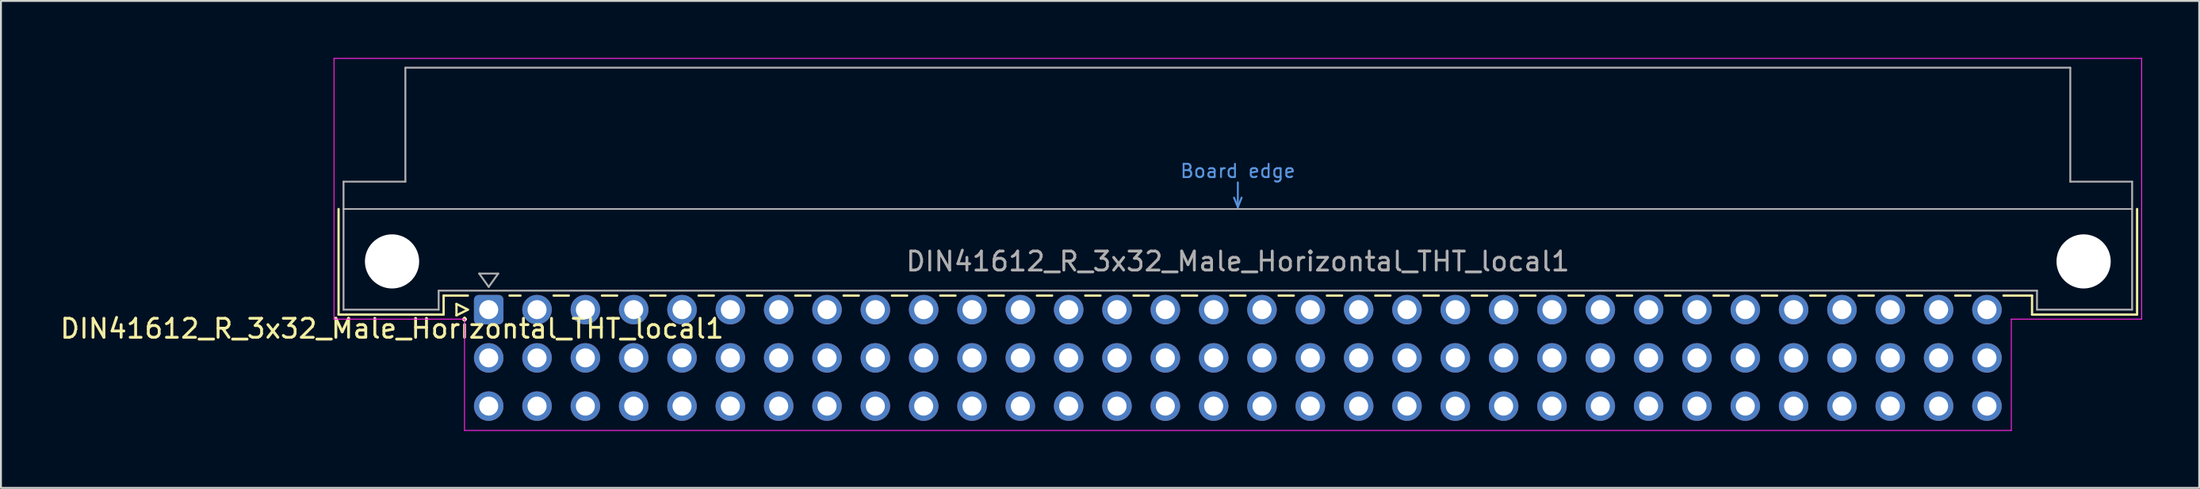
<source format=kicad_pcb>
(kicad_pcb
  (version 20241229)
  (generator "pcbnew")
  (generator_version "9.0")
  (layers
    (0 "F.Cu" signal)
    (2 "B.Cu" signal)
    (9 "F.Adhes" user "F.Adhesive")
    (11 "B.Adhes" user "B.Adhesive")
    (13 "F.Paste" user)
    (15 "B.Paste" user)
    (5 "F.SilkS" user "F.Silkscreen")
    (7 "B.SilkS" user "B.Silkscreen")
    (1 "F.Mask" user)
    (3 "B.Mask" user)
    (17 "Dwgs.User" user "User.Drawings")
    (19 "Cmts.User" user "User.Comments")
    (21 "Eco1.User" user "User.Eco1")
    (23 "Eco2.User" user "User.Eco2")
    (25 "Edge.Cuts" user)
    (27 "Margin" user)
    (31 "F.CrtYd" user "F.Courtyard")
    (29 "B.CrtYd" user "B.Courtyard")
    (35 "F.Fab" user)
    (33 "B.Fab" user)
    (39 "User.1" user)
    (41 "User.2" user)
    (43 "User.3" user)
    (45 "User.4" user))
  (footprint "DIN41612_R_3x32_Male_Horizontal_THT_local1"
    (layer "F.Cu")
    (at 22.634 13.255)
    (property "Reference" "DIN41612_R_3x32_Male_Horizontal_THT_local1" (at -5.08 1 0) (layer "F.SilkS") (effects (font (size 1 1) (thickness 0.15))))
    (attr through_hole)
    (fp_line (start -7.89 -5.3) (end -7.89 0.26) (stroke (width 0.12) (type solid)) (layer "F.SilkS"))
    (fp_line (start -7.89 0.26) (end -2.37 0.26) (stroke (width 0.12) (type solid)) (layer "F.SilkS"))
    (fp_line (start -2.371 -0.74) (end -1.095 -0.74) (stroke (width 0.12) (type solid)) (layer "F.SilkS"))
    (fp_line (start -2.37 0.26) (end -2.37 -0.74) (stroke (width 0.12) (type solid)) (layer "F.SilkS"))
    (fp_line (start -1.695 -0.3) (end -1.695 0.3) (stroke (width 0.12) (type solid)) (layer "F.SilkS"))
    (fp_line (start -1.695 0.3) (end -1.095 0) (stroke (width 0.12) (type solid)) (layer "F.SilkS"))
    (fp_line (start -1.095 0) (end -1.695 -0.3) (stroke (width 0.12) (type solid)) (layer "F.SilkS"))
    (fp_line (start 1.095 -0.74) (end 1.671 -0.74) (stroke (width 0.12) (type solid)) (layer "F.SilkS"))
    (fp_line (start 3.41 -0.74) (end 4.211 -0.74) (stroke (width 0.12) (type solid)) (layer "F.SilkS"))
    (fp_line (start 5.95 -0.74) (end 6.751 -0.74) (stroke (width 0.12) (type solid)) (layer "F.SilkS"))
    (fp_line (start 8.49 -0.74) (end 9.291 -0.74) (stroke (width 0.12) (type solid)) (layer "F.SilkS"))
    (fp_line (start 11.03 -0.74) (end 11.831 -0.74) (stroke (width 0.12) (type solid)) (layer "F.SilkS"))
    (fp_line (start 13.57 -0.74) (end 14.371 -0.74) (stroke (width 0.12) (type solid)) (layer "F.SilkS"))
    (fp_line (start 16.11 -0.74) (end 16.911 -0.74) (stroke (width 0.12) (type solid)) (layer "F.SilkS"))
    (fp_line (start 18.65 -0.74) (end 19.451 -0.74) (stroke (width 0.12) (type solid)) (layer "F.SilkS"))
    (fp_line (start 21.19 -0.74) (end 21.991 -0.74) (stroke (width 0.12) (type solid)) (layer "F.SilkS"))
    (fp_line (start 23.73 -0.74) (end 24.531 -0.74) (stroke (width 0.12) (type solid)) (layer "F.SilkS"))
    (fp_line (start 26.27 -0.74) (end 27.071 -0.74) (stroke (width 0.12) (type solid)) (layer "F.SilkS"))
    (fp_line (start 28.81 -0.74) (end 29.611 -0.74) (stroke (width 0.12) (type solid)) (layer "F.SilkS"))
    (fp_line (start 31.35 -0.74) (end 32.151 -0.74) (stroke (width 0.12) (type solid)) (layer "F.SilkS"))
    (fp_line (start 33.89 -0.74) (end 34.691 -0.74) (stroke (width 0.12) (type solid)) (layer "F.SilkS"))
    (fp_line (start 36.43 -0.74) (end 37.231 -0.74) (stroke (width 0.12) (type solid)) (layer "F.SilkS"))
    (fp_line (start 38.97 -0.74) (end 39.771 -0.74) (stroke (width 0.12) (type solid)) (layer "F.SilkS"))
    (fp_line (start 41.51 -0.74) (end 42.311 -0.74) (stroke (width 0.12) (type solid)) (layer "F.SilkS"))
    (fp_line (start 44.05 -0.74) (end 44.851 -0.74) (stroke (width 0.12) (type solid)) (layer "F.SilkS"))
    (fp_line (start 46.59 -0.74) (end 47.391 -0.74) (stroke (width 0.12) (type solid)) (layer "F.SilkS"))
    (fp_line (start 49.13 -0.74) (end 49.931 -0.74) (stroke (width 0.12) (type solid)) (layer "F.SilkS"))
    (fp_line (start 51.67 -0.74) (end 52.471 -0.74) (stroke (width 0.12) (type solid)) (layer "F.SilkS"))
    (fp_line (start 54.21 -0.74) (end 55.011 -0.74) (stroke (width 0.12) (type solid)) (layer "F.SilkS"))
    (fp_line (start 56.75 -0.74) (end 57.551 -0.74) (stroke (width 0.12) (type solid)) (layer "F.SilkS"))
    (fp_line (start 59.29 -0.74) (end 60.091 -0.74) (stroke (width 0.12) (type solid)) (layer "F.SilkS"))
    (fp_line (start 61.83 -0.74) (end 62.631 -0.74) (stroke (width 0.12) (type solid)) (layer "F.SilkS"))
    (fp_line (start 64.37 -0.74) (end 65.171 -0.74) (stroke (width 0.12) (type solid)) (layer "F.SilkS"))
    (fp_line (start 66.91 -0.74) (end 67.711 -0.74) (stroke (width 0.12) (type solid)) (layer "F.SilkS"))
    (fp_line (start 69.45 -0.74) (end 70.251 -0.74) (stroke (width 0.12) (type solid)) (layer "F.SilkS"))
    (fp_line (start 71.99 -0.74) (end 72.791 -0.74) (stroke (width 0.12) (type solid)) (layer "F.SilkS"))
    (fp_line (start 74.53 -0.74) (end 75.331 -0.74) (stroke (width 0.12) (type solid)) (layer "F.SilkS"))
    (fp_line (start 77.07 -0.74) (end 77.871 -0.74) (stroke (width 0.12) (type solid)) (layer "F.SilkS"))
    (fp_line (start 79.61 -0.74) (end 81.11 -0.74) (stroke (width 0.12) (type solid)) (layer "F.SilkS"))
    (fp_line (start 81.11 0.26) (end 81.11 -0.74) (stroke (width 0.12) (type solid)) (layer "F.SilkS"))
    (fp_line (start 86.63 -5.3) (end 86.63 0.26) (stroke (width 0.12) (type solid)) (layer "F.SilkS"))
    (fp_line (start 86.63 0.26) (end 81.11 0.26) (stroke (width 0.12) (type solid)) (layer "F.SilkS"))
    (fp_line (start -7.63 -5.3) (end 86.37 -5.3) (stroke (width 0.08) (type solid)) (layer "Dwgs.User"))
    (fp_line (start 39.17 -5.9) (end 39.37 -5.4) (stroke (width 0.1) (type solid)) (layer "Cmts.User"))
    (fp_line (start 39.37 -5.4) (end 39.37 -6.7) (stroke (width 0.1) (type solid)) (layer "Cmts.User"))
    (fp_line (start 39.37 -5.4) (end 39.57 -5.9) (stroke (width 0.1) (type solid)) (layer "Cmts.User"))
    (fp_line (start -8.13 -13.23) (end -8.13 0.5) (stroke (width 0.05) (type solid)) (layer "F.CrtYd"))
    (fp_line (start -8.13 0.5) (end -1.27 0.5) (stroke (width 0.05) (type solid)) (layer "F.CrtYd"))
    (fp_line (start -1.27 0.5) (end -1.27 6.36) (stroke (width 0.05) (type solid)) (layer "F.CrtYd"))
    (fp_line (start -1.27 6.36) (end 80.02 6.36) (stroke (width 0.05) (type solid)) (layer "F.CrtYd"))
    (fp_line (start 80.02 0.5) (end 86.87 0.5) (stroke (width 0.05) (type solid)) (layer "F.CrtYd"))
    (fp_line (start 80.02 6.36) (end 80.02 0.5) (stroke (width 0.05) (type solid)) (layer "F.CrtYd"))
    (fp_line (start 86.87 -13.23) (end -8.13 -13.23) (stroke (width 0.05) (type solid)) (layer "F.CrtYd"))
    (fp_line (start 86.87 0.5) (end 86.87 -13.23) (stroke (width 0.05) (type solid)) (layer "F.CrtYd"))
    (fp_line (start -7.63 -6.74) (end -7.63 0) (stroke (width 0.1) (type solid)) (layer "F.Fab"))
    (fp_line (start -7.63 0) (end -2.63 0) (stroke (width 0.1) (type solid)) (layer "F.Fab"))
    (fp_line (start -4.38 -12.74) (end -4.38 -6.74) (stroke (width 0.1) (type solid)) (layer "F.Fab"))
    (fp_line (start -4.38 -6.74) (end -7.63 -6.74) (stroke (width 0.1) (type solid)) (layer "F.Fab"))
    (fp_line (start -2.63 -1) (end 81.37 -1) (stroke (width 0.1) (type solid)) (layer "F.Fab"))
    (fp_line (start -2.63 0) (end -2.63 -1) (stroke (width 0.1) (type solid)) (layer "F.Fab"))
    (fp_line (start -0.5 -1.9) (end 0.5 -1.9) (stroke (width 0.1) (type solid)) (layer "F.Fab"))
    (fp_line (start 0 -1.2) (end -0.5 -1.9) (stroke (width 0.1) (type solid)) (layer "F.Fab"))
    (fp_line (start 0.5 -1.9) (end 0 -1.2) (stroke (width 0.1) (type solid)) (layer "F.Fab"))
    (fp_line (start 81.37 -1) (end 81.37 0) (stroke (width 0.1) (type solid)) (layer "F.Fab"))
    (fp_line (start 81.37 0) (end 86.37 0) (stroke (width 0.1) (type solid)) (layer "F.Fab"))
    (fp_line (start 83.12 -12.74) (end -4.38 -12.74) (stroke (width 0.1) (type solid)) (layer "F.Fab"))
    (fp_line (start 83.12 -6.74) (end 83.12 -12.74) (stroke (width 0.1) (type solid)) (layer "F.Fab"))
    (fp_line (start 86.37 -6.74) (end 83.12 -6.74) (stroke (width 0.1) (type solid)) (layer "F.Fab"))
    (fp_line (start 86.37 0) (end 86.37 -6.74) (stroke (width 0.1) (type solid)) (layer "F.Fab"))
    (fp_text user "Board edge" (at 39.37 -7.3 0) (layer "Cmts.User") (effects (font (size 0.7 0.7) (thickness 0.1))))
    (fp_text user "${REFERENCE}" (at 39.37 -2.54 0) (layer "F.Fab") (effects (font (size 1 1) (thickness 0.15))))
    (pad "" np_thru_hole circle (at -5.08 -2.54) (size 2.85 2.85) (drill 2.85) (layers "*.Cu" "*.Mask"))
    (pad "" np_thru_hole circle (at 83.82 -2.54) (size 2.85 2.85) (drill 2.85) (layers "*.Cu" "*.Mask"))
    (pad "A1" thru_hole roundrect (at 0 0) (size 1.55 1.55) (drill 1) (layers "*.Cu" "*.Mask") (roundrect_rratio 0.161))
    (pad "A2" thru_hole circle (at 2.54 0) (size 1.55 1.55) (drill 1) (layers "*.Cu" "*.Mask"))
    (pad "A3" thru_hole circle (at 5.08 0) (size 1.55 1.55) (drill 1) (layers "*.Cu" "*.Mask"))
    (pad "A4" thru_hole circle (at 7.62 0) (size 1.55 1.55) (drill 1) (layers "*.Cu" "*.Mask"))
    (pad "A5" thru_hole circle (at 10.16 0) (size 1.55 1.55) (drill 1) (layers "*.Cu" "*.Mask"))
    (pad "A6" thru_hole circle (at 12.7 0) (size 1.55 1.55) (drill 1) (layers "*.Cu" "*.Mask"))
    (pad "A7" thru_hole circle (at 15.24 0) (size 1.55 1.55) (drill 1) (layers "*.Cu" "*.Mask"))
    (pad "A8" thru_hole circle (at 17.78 0) (size 1.55 1.55) (drill 1) (layers "*.Cu" "*.Mask"))
    (pad "A9" thru_hole circle (at 20.32 0) (size 1.55 1.55) (drill 1) (layers "*.Cu" "*.Mask"))
    (pad "A10" thru_hole circle (at 22.86 0) (size 1.55 1.55) (drill 1) (layers "*.Cu" "*.Mask"))
    (pad "A11" thru_hole circle (at 25.4 0) (size 1.55 1.55) (drill 1) (layers "*.Cu" "*.Mask"))
    (pad "A12" thru_hole circle (at 27.94 0) (size 1.55 1.55) (drill 1) (layers "*.Cu" "*.Mask"))
    (pad "A13" thru_hole circle (at 30.48 0) (size 1.55 1.55) (drill 1) (layers "*.Cu" "*.Mask"))
    (pad "A14" thru_hole circle (at 33.02 0) (size 1.55 1.55) (drill 1) (layers "*.Cu" "*.Mask"))
    (pad "A15" thru_hole circle (at 35.56 0) (size 1.55 1.55) (drill 1) (layers "*.Cu" "*.Mask"))
    (pad "A16" thru_hole circle (at 38.1 0) (size 1.55 1.55) (drill 1) (layers "*.Cu" "*.Mask"))
    (pad "A17" thru_hole circle (at 40.64 0) (size 1.55 1.55) (drill 1) (layers "*.Cu" "*.Mask"))
    (pad "A18" thru_hole circle (at 43.18 0) (size 1.55 1.55) (drill 1) (layers "*.Cu" "*.Mask"))
    (pad "A19" thru_hole circle (at 45.72 0) (size 1.55 1.55) (drill 1) (layers "*.Cu" "*.Mask"))
    (pad "A20" thru_hole circle (at 48.26 0) (size 1.55 1.55) (drill 1) (layers "*.Cu" "*.Mask"))
    (pad "A21" thru_hole circle (at 50.8 0) (size 1.55 1.55) (drill 1) (layers "*.Cu" "*.Mask"))
    (pad "A22" thru_hole circle (at 53.34 0) (size 1.55 1.55) (drill 1) (layers "*.Cu" "*.Mask"))
    (pad "A23" thru_hole circle (at 55.88 0) (size 1.55 1.55) (drill 1) (layers "*.Cu" "*.Mask"))
    (pad "A24" thru_hole circle (at 58.42 0) (size 1.55 1.55) (drill 1) (layers "*.Cu" "*.Mask"))
    (pad "A25" thru_hole circle (at 60.96 0) (size 1.55 1.55) (drill 1) (layers "*.Cu" "*.Mask"))
    (pad "A26" thru_hole circle (at 63.5 0) (size 1.55 1.55) (drill 1) (layers "*.Cu" "*.Mask"))
    (pad "A27" thru_hole circle (at 66.04 0) (size 1.55 1.55) (drill 1) (layers "*.Cu" "*.Mask"))
    (pad "A28" thru_hole circle (at 68.58 0) (size 1.55 1.55) (drill 1) (layers "*.Cu" "*.Mask"))
    (pad "A29" thru_hole circle (at 71.12 0) (size 1.55 1.55) (drill 1) (layers "*.Cu" "*.Mask"))
    (pad "A30" thru_hole circle (at 73.66 0) (size 1.55 1.55) (drill 1) (layers "*.Cu" "*.Mask"))
    (pad "A31" thru_hole circle (at 76.2 0) (size 1.55 1.55) (drill 1) (layers "*.Cu" "*.Mask"))
    (pad "A32" thru_hole circle (at 78.74 0) (size 1.55 1.55) (drill 1) (layers "*.Cu" "*.Mask"))
    (pad "B1" thru_hole circle (at 0 2.54) (size 1.55 1.55) (drill 1) (layers "*.Cu" "*.Mask"))
    (pad "B2" thru_hole circle (at 2.54 2.54) (size 1.55 1.55) (drill 1) (layers "*.Cu" "*.Mask"))
    (pad "B3" thru_hole circle (at 5.08 2.54) (size 1.55 1.55) (drill 1) (layers "*.Cu" "*.Mask"))
    (pad "B4" thru_hole circle (at 7.62 2.54) (size 1.55 1.55) (drill 1) (layers "*.Cu" "*.Mask"))
    (pad "B5" thru_hole circle (at 10.16 2.54) (size 1.55 1.55) (drill 1) (layers "*.Cu" "*.Mask"))
    (pad "B6" thru_hole circle (at 12.7 2.54) (size 1.55 1.55) (drill 1) (layers "*.Cu" "*.Mask"))
    (pad "B7" thru_hole circle (at 15.24 2.54) (size 1.55 1.55) (drill 1) (layers "*.Cu" "*.Mask"))
    (pad "B8" thru_hole circle (at 17.78 2.54) (size 1.55 1.55) (drill 1) (layers "*.Cu" "*.Mask"))
    (pad "B9" thru_hole circle (at 20.32 2.54) (size 1.55 1.55) (drill 1) (layers "*.Cu" "*.Mask"))
    (pad "B10" thru_hole circle (at 22.86 2.54) (size 1.55 1.55) (drill 1) (layers "*.Cu" "*.Mask"))
    (pad "B11" thru_hole circle (at 25.4 2.54) (size 1.55 1.55) (drill 1) (layers "*.Cu" "*.Mask"))
    (pad "B12" thru_hole circle (at 27.94 2.54) (size 1.55 1.55) (drill 1) (layers "*.Cu" "*.Mask"))
    (pad "B13" thru_hole circle (at 30.48 2.54) (size 1.55 1.55) (drill 1) (layers "*.Cu" "*.Mask"))
    (pad "B14" thru_hole circle (at 33.02 2.54) (size 1.55 1.55) (drill 1) (layers "*.Cu" "*.Mask"))
    (pad "B15" thru_hole circle (at 35.56 2.54) (size 1.55 1.55) (drill 1) (layers "*.Cu" "*.Mask"))
    (pad "B16" thru_hole circle (at 38.1 2.54) (size 1.55 1.55) (drill 1) (layers "*.Cu" "*.Mask"))
    (pad "B17" thru_hole circle (at 40.64 2.54) (size 1.55 1.55) (drill 1) (layers "*.Cu" "*.Mask"))
    (pad "B18" thru_hole circle (at 43.18 2.54) (size 1.55 1.55) (drill 1) (layers "*.Cu" "*.Mask"))
    (pad "B19" thru_hole circle (at 45.72 2.54) (size 1.55 1.55) (drill 1) (layers "*.Cu" "*.Mask"))
    (pad "B20" thru_hole circle (at 48.26 2.54) (size 1.55 1.55) (drill 1) (layers "*.Cu" "*.Mask"))
    (pad "B21" thru_hole circle (at 50.8 2.54) (size 1.55 1.55) (drill 1) (layers "*.Cu" "*.Mask"))
    (pad "B22" thru_hole circle (at 53.34 2.54) (size 1.55 1.55) (drill 1) (layers "*.Cu" "*.Mask"))
    (pad "B23" thru_hole circle (at 55.88 2.54) (size 1.55 1.55) (drill 1) (layers "*.Cu" "*.Mask"))
    (pad "B24" thru_hole circle (at 58.42 2.54) (size 1.55 1.55) (drill 1) (layers "*.Cu" "*.Mask"))
    (pad "B25" thru_hole circle (at 60.96 2.54) (size 1.55 1.55) (drill 1) (layers "*.Cu" "*.Mask"))
    (pad "B26" thru_hole circle (at 63.5 2.54) (size 1.55 1.55) (drill 1) (layers "*.Cu" "*.Mask"))
    (pad "B27" thru_hole circle (at 66.04 2.54) (size 1.55 1.55) (drill 1) (layers "*.Cu" "*.Mask"))
    (pad "B28" thru_hole circle (at 68.58 2.54) (size 1.55 1.55) (drill 1) (layers "*.Cu" "*.Mask"))
    (pad "B29" thru_hole circle (at 71.12 2.54) (size 1.55 1.55) (drill 1) (layers "*.Cu" "*.Mask"))
    (pad "B30" thru_hole circle (at 73.66 2.54) (size 1.55 1.55) (drill 1) (layers "*.Cu" "*.Mask"))
    (pad "B31" thru_hole circle (at 76.2 2.54) (size 1.55 1.55) (drill 1) (layers "*.Cu" "*.Mask"))
    (pad "B32" thru_hole circle (at 78.74 2.54) (size 1.55 1.55) (drill 1) (layers "*.Cu" "*.Mask"))
    (pad "C1" thru_hole circle (at 0 5.08) (size 1.55 1.55) (drill 1) (layers "*.Cu" "*.Mask"))
    (pad "C2" thru_hole circle (at 2.54 5.08) (size 1.55 1.55) (drill 1) (layers "*.Cu" "*.Mask"))
    (pad "C3" thru_hole circle (at 5.08 5.08) (size 1.55 1.55) (drill 1) (layers "*.Cu" "*.Mask"))
    (pad "C4" thru_hole circle (at 7.62 5.08) (size 1.55 1.55) (drill 1) (layers "*.Cu" "*.Mask"))
    (pad "C5" thru_hole circle (at 10.16 5.08) (size 1.55 1.55) (drill 1) (layers "*.Cu" "*.Mask"))
    (pad "C6" thru_hole circle (at 12.7 5.08) (size 1.55 1.55) (drill 1) (layers "*.Cu" "*.Mask"))
    (pad "C7" thru_hole circle (at 15.24 5.08) (size 1.55 1.55) (drill 1) (layers "*.Cu" "*.Mask"))
    (pad "C8" thru_hole circle (at 17.78 5.08) (size 1.55 1.55) (drill 1) (layers "*.Cu" "*.Mask"))
    (pad "C9" thru_hole circle (at 20.32 5.08) (size 1.55 1.55) (drill 1) (layers "*.Cu" "*.Mask"))
    (pad "C10" thru_hole circle (at 22.86 5.08) (size 1.55 1.55) (drill 1) (layers "*.Cu" "*.Mask"))
    (pad "C11" thru_hole circle (at 25.4 5.08) (size 1.55 1.55) (drill 1) (layers "*.Cu" "*.Mask"))
    (pad "C12" thru_hole circle (at 27.94 5.08) (size 1.55 1.55) (drill 1) (layers "*.Cu" "*.Mask"))
    (pad "C13" thru_hole circle (at 30.48 5.08) (size 1.55 1.55) (drill 1) (layers "*.Cu" "*.Mask"))
    (pad "C14" thru_hole circle (at 33.02 5.08) (size 1.55 1.55) (drill 1) (layers "*.Cu" "*.Mask"))
    (pad "C15" thru_hole circle (at 35.56 5.08) (size 1.55 1.55) (drill 1) (layers "*.Cu" "*.Mask"))
    (pad "C16" thru_hole circle (at 38.1 5.08) (size 1.55 1.55) (drill 1) (layers "*.Cu" "*.Mask"))
    (pad "C17" thru_hole circle (at 40.64 5.08) (size 1.55 1.55) (drill 1) (layers "*.Cu" "*.Mask"))
    (pad "C18" thru_hole circle (at 43.18 5.08) (size 1.55 1.55) (drill 1) (layers "*.Cu" "*.Mask"))
    (pad "C19" thru_hole circle (at 45.72 5.08) (size 1.55 1.55) (drill 1) (layers "*.Cu" "*.Mask"))
    (pad "C20" thru_hole circle (at 48.26 5.08) (size 1.55 1.55) (drill 1) (layers "*.Cu" "*.Mask"))
    (pad "C21" thru_hole circle (at 50.8 5.08) (size 1.55 1.55) (drill 1) (layers "*.Cu" "*.Mask"))
    (pad "C22" thru_hole circle (at 53.34 5.08) (size 1.55 1.55) (drill 1) (layers "*.Cu" "*.Mask"))
    (pad "C23" thru_hole circle (at 55.88 5.08) (size 1.55 1.55) (drill 1) (layers "*.Cu" "*.Mask"))
    (pad "C24" thru_hole circle (at 58.42 5.08) (size 1.55 1.55) (drill 1) (layers "*.Cu" "*.Mask"))
    (pad "C25" thru_hole circle (at 60.96 5.08) (size 1.55 1.55) (drill 1) (layers "*.Cu" "*.Mask"))
    (pad "C26" thru_hole circle (at 63.5 5.08) (size 1.55 1.55) (drill 1) (layers "*.Cu" "*.Mask"))
    (pad "C27" thru_hole circle (at 66.04 5.08) (size 1.55 1.55) (drill 1) (layers "*.Cu" "*.Mask"))
    (pad "C28" thru_hole circle (at 68.58 5.08) (size 1.55 1.55) (drill 1) (layers "*.Cu" "*.Mask"))
    (pad "C29" thru_hole circle (at 71.12 5.08) (size 1.55 1.55) (drill 1) (layers "*.Cu" "*.Mask"))
    (pad "C30" thru_hole circle (at 73.66 5.08) (size 1.55 1.55) (drill 1) (layers "*.Cu" "*.Mask"))
    (pad "C31" thru_hole circle (at 76.2 5.08) (size 1.55 1.55) (drill 1) (layers "*.Cu" "*.Mask"))
    (pad "C32" thru_hole circle (at 78.74 5.08) (size 1.55 1.55) (drill 1) (layers "*.Cu" "*.Mask")))
  (gr_rect
    (start -3 -3)
    (end 112.529 22.64)
    (stroke (width 0.1) (type default))
    (fill no)
    (layer "Edge.Cuts")))
</source>
